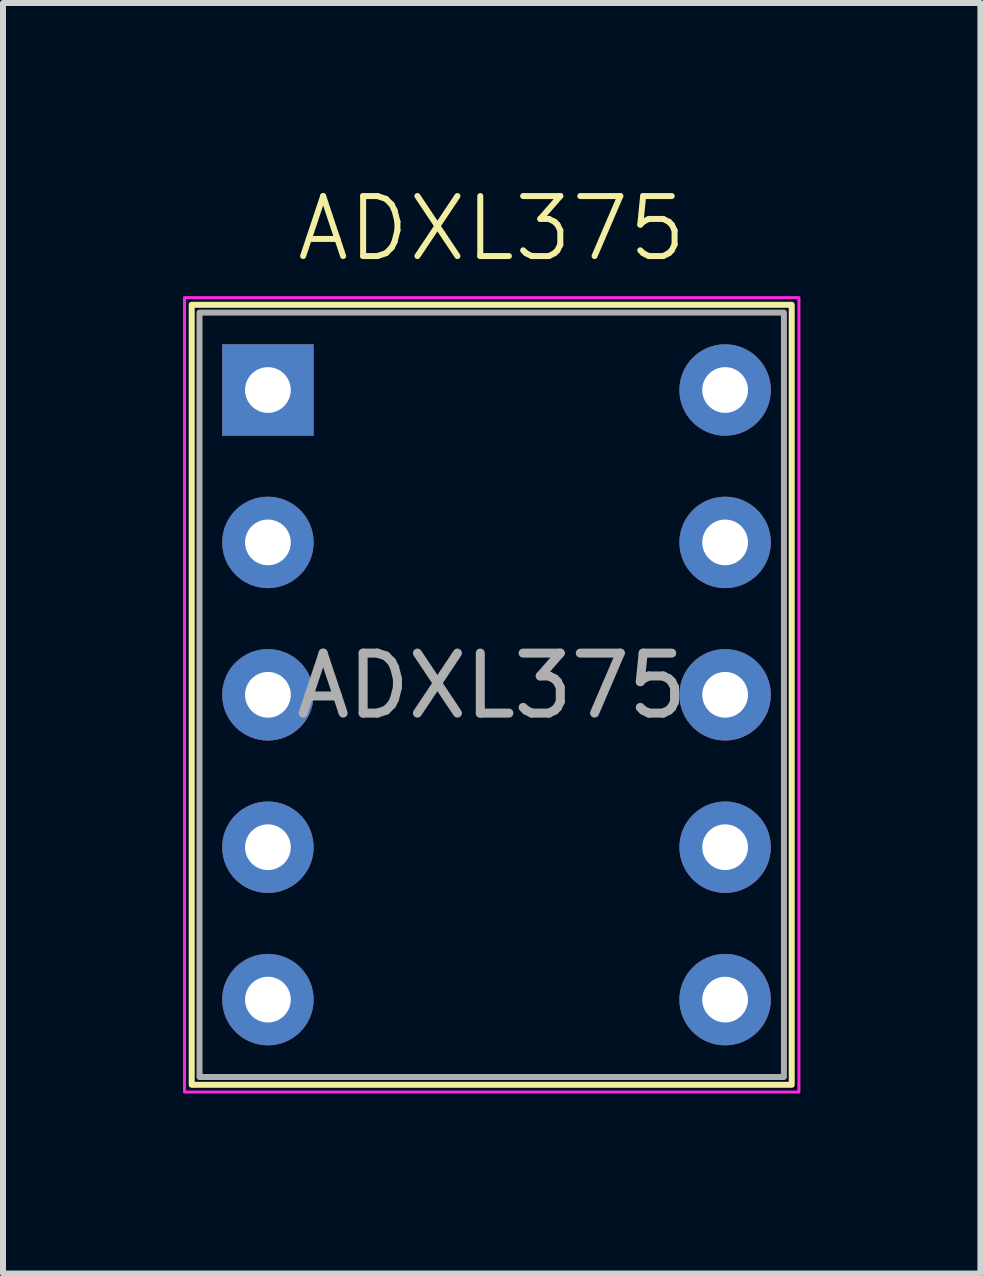
<source format=kicad_pcb>
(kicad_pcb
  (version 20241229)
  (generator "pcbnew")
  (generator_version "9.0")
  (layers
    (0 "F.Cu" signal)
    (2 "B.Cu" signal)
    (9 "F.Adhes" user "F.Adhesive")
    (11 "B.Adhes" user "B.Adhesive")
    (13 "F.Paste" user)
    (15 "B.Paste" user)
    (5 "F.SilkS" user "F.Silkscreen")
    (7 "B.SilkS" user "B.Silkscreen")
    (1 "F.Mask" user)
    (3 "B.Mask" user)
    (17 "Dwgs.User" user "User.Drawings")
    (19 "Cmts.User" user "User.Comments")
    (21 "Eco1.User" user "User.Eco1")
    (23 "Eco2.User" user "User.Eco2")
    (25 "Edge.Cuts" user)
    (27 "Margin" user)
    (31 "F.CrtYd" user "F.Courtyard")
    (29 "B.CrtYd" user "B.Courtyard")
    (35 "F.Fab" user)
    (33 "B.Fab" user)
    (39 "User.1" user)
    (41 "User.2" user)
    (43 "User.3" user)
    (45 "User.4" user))
  (footprint "ADXL375"
    (layer "F.Cu")
    (at 5.145 2.03)
    (property "Reference" "ADXL375" (at 0 -1.27 0) (unlocked yes) (layer "F.SilkS") (effects (font (size 1 1) (thickness 0.1))))
    (attr through_hole)
    (fp_rect (start -5 0) (end 5 13) (stroke (width 0.1) (type default)) (fill no) (layer "F.SilkS"))
    (fp_rect (start -5.12 -0.12) (end 5.12 13.12) (stroke (width 0.05) (type default)) (fill no) (layer "F.CrtYd"))
    (fp_rect (start -4.87 0.13) (end 4.87 12.87) (stroke (width 0.1) (type default)) (fill no) (layer "F.Fab"))
    (fp_text user "${REFERENCE}" (at 0 6.35 0) (unlocked yes) (layer "F.Fab") (effects (font (size 1 1) (thickness 0.15))))
    (pad "1" thru_hole rect (at -3.73 1.42) (size 1.524 1.524) (drill 0.762) (layers "*.Cu" "*.Mask"))
    (pad "2" thru_hole circle (at -3.73 3.96) (size 1.524 1.524) (drill 0.762) (layers "*.Cu" "*.Mask"))
    (pad "3" thru_hole circle (at -3.73 6.5) (size 1.524 1.524) (drill 0.762) (layers "*.Cu" "*.Mask"))
    (pad "4" thru_hole circle (at -3.73 9.04) (size 1.524 1.524) (drill 0.762) (layers "*.Cu" "*.Mask"))
    (pad "5" thru_hole circle (at -3.73 11.58) (size 1.524 1.524) (drill 0.762) (layers "*.Cu" "*.Mask"))
    (pad "6" thru_hole circle (at 3.89 11.58) (size 1.524 1.524) (drill 0.762) (layers "*.Cu" "*.Mask"))
    (pad "7" thru_hole circle (at 3.89 9.04) (size 1.524 1.524) (drill 0.762) (layers "*.Cu" "*.Mask"))
    (pad "8" thru_hole circle (at 3.89 6.5) (size 1.524 1.524) (drill 0.762) (layers "*.Cu" "*.Mask"))
    (pad "9" thru_hole circle (at 3.89 3.96) (size 1.524 1.524) (drill 0.762) (layers "*.Cu" "*.Mask"))
    (pad "10" thru_hole circle (at 3.89 1.42) (size 1.524 1.524) (drill 0.762) (layers "*.Cu" "*.Mask")))
  (gr_rect
    (start -3 -3)
    (end 13.29 18.175)
    (stroke (width 0.1) (type default))
    (fill no)
    (layer "Edge.Cuts")))
</source>
